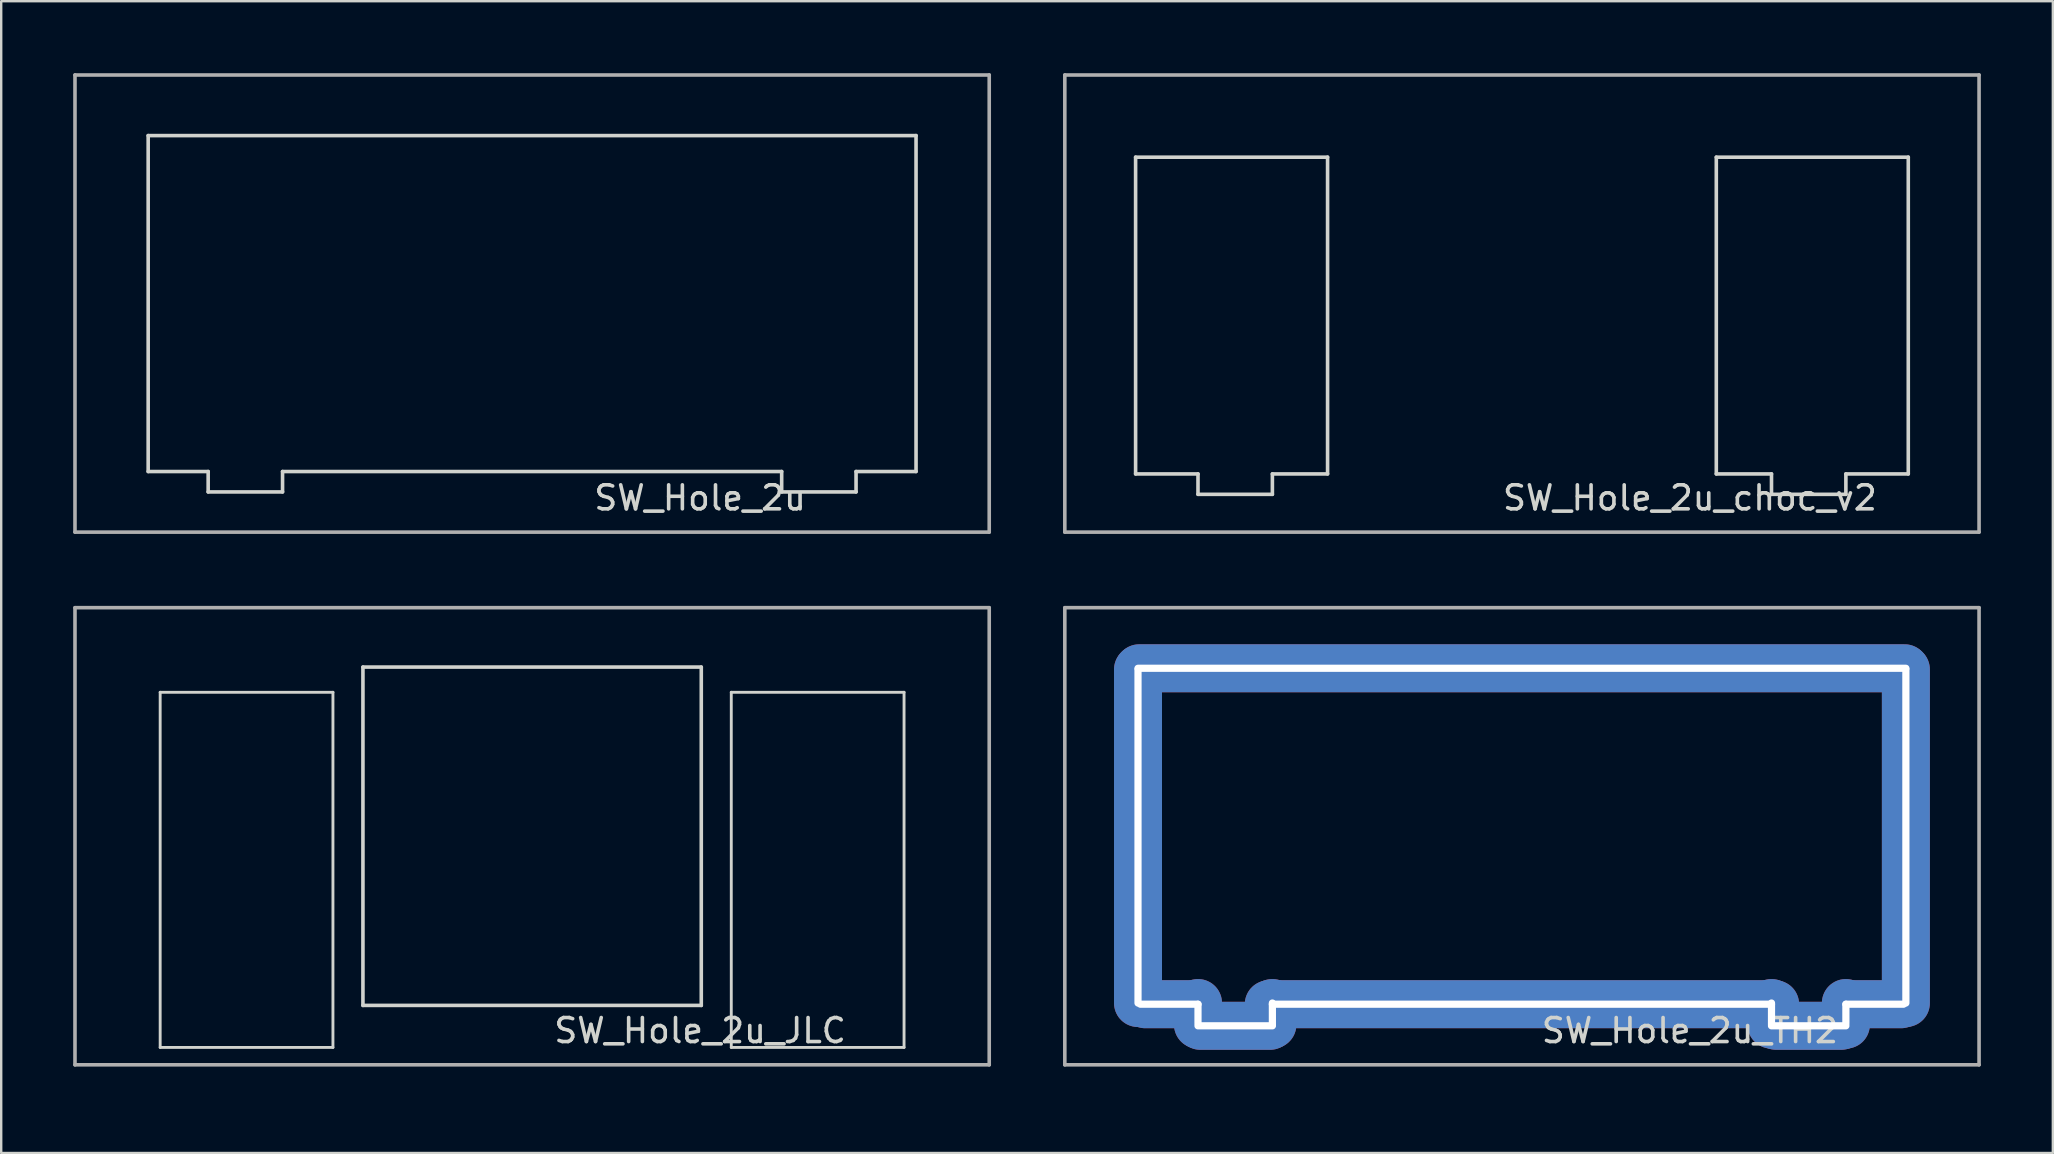
<source format=kicad_pcb>
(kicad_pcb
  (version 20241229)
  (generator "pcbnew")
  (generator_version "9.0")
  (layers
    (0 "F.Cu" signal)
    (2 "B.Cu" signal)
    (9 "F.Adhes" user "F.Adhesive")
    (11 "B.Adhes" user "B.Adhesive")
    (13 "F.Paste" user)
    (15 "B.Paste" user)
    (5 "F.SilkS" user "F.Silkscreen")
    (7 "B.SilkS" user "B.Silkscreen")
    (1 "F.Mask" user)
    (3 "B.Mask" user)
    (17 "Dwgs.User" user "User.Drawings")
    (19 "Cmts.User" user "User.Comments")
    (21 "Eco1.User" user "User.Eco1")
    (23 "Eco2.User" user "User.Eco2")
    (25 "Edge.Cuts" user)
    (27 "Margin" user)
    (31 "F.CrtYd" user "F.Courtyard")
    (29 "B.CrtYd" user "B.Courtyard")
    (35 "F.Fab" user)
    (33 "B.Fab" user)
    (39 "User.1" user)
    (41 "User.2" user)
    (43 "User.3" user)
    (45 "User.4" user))
  (footprint "SW_Hole_2u_choc_v2"
    (layer "F.Cu")
    (at 60.375 9.6)
    (property "Reference" "SW_Hole_2u_choc_v2" (at 7 8.1 0) (layer "Edge.Cuts") (effects (font (size 1 1) (thickness 0.15))))
    (attr through_hole)
    (fp_line (start -16.1 -6.1) (end -8.1 -6.1) (stroke (width 0.15) (type solid)) (layer "Edge.Cuts"))
    (fp_line (start -16.1 7.1) (end -16.1 -6.1) (stroke (width 0.15) (type solid)) (layer "Edge.Cuts"))
    (fp_line (start -13.5 7.1) (end -16.1 7.1) (stroke (width 0.15) (type solid)) (layer "Edge.Cuts"))
    (fp_line (start -13.5 7.1) (end -13.5 7.95) (stroke (width 0.15) (type solid)) (layer "Edge.Cuts"))
    (fp_line (start -13.5 7.95) (end -10.4 7.95) (stroke (width 0.15) (type solid)) (layer "Edge.Cuts"))
    (fp_line (start -10.4 7.1) (end -10.4 7.95) (stroke (width 0.15) (type solid)) (layer "Edge.Cuts"))
    (fp_line (start -8.1 -6.1) (end -8.1 7.1) (stroke (width 0.15) (type solid)) (layer "Edge.Cuts"))
    (fp_line (start -8.1 7.1) (end -10.4 7.1) (stroke (width 0.15) (type solid)) (layer "Edge.Cuts"))
    (fp_line (start 8.1 -6.1) (end 8.1 7.1) (stroke (width 0.15) (type solid)) (layer "Edge.Cuts"))
    (fp_line (start 8.1 -6.1) (end 16.1 -6.1) (stroke (width 0.15) (type solid)) (layer "Edge.Cuts"))
    (fp_line (start 10.4 7.1) (end 8.1 7.1) (stroke (width 0.15) (type solid)) (layer "Edge.Cuts"))
    (fp_line (start 10.4 7.1) (end 10.4 7.95) (stroke (width 0.15) (type solid)) (layer "Edge.Cuts"))
    (fp_line (start 10.4 7.95) (end 13.5 7.95) (stroke (width 0.15) (type solid)) (layer "Edge.Cuts"))
    (fp_line (start 13.5 7.1) (end 13.5 7.95) (stroke (width 0.15) (type solid)) (layer "Edge.Cuts"))
    (fp_line (start 16.1 -6.1) (end 16.1 7.1) (stroke (width 0.15) (type solid)) (layer "Edge.Cuts"))
    (fp_line (start 16.1 7.1) (end 13.5 7.1) (stroke (width 0.15) (type solid)) (layer "Edge.Cuts"))
    (fp_line (start -19.05 -9.525) (end -19.05 9.525) (stroke (width 0.15) (type solid)) (layer "F.Fab"))
    (fp_line (start -19.05 9.525) (end 19.05 9.525) (stroke (width 0.15) (type solid)) (layer "F.Fab"))
    (fp_line (start 19.05 -9.525) (end -19.05 -9.525) (stroke (width 0.15) (type solid)) (layer "F.Fab"))
    (fp_line (start 19.05 9.525) (end 19.05 -9.525) (stroke (width 0.15) (type solid)) (layer "F.Fab")))
  (footprint "SW_Hole_2u_JLC"
    (layer "F.Cu")
    (at 19.125 31.8)
    (property "Reference" "SW_Hole_2u_JLC" (at 7 8.1 0) (layer "Edge.Cuts") (effects (font (size 1 1) (thickness 0.15))))
    (attr through_hole)
    (fp_line (start -16.25 -6.75) (end -7.8 -6.75) (stroke (width 1.3) (type default)) (layer "F.Mask"))
    (fp_line (start -16.25 9.55) (end -16.25 -6.75) (stroke (width 1.3) (type default)) (layer "F.Mask"))
    (fp_line (start -16.25 9.55) (end -7.77 9.55) (stroke (width 1.3) (type default)) (layer "F.Mask"))
    (fp_line (start -7.675 9.55) (end -7.675 -7.8) (stroke (width 1.05) (type default)) (layer "F.Mask"))
    (fp_line (start -7.55 -7.8) (end 7.55 -7.8) (stroke (width 1.3) (type default)) (layer "F.Mask"))
    (fp_line (start -7.55 7.8) (end 7.55 7.8) (stroke (width 1.3) (type default)) (layer "F.Mask"))
    (fp_line (start 7.675 9.55) (end 7.675 -7.8) (stroke (width 1.05) (type default)) (layer "F.Mask"))
    (fp_line (start 16.25 -6.75) (end 7.8 -6.75) (stroke (width 1.3) (type default)) (layer "F.Mask"))
    (fp_line (start 16.25 -6.75) (end 16.25 9.55) (stroke (width 1.3) (type default)) (layer "F.Mask"))
    (fp_line (start 16.25 9.55) (end 7.77 9.55) (stroke (width 1.3) (type default)) (layer "F.Mask"))
    (fp_line (start -16.25 -6.75) (end -16.25 9.55) (stroke (width 1.3) (type default)) (layer "B.Mask"))
    (fp_line (start -16.25 -6.75) (end -7.8 -6.75) (stroke (width 1.3) (type default)) (layer "B.Mask"))
    (fp_line (start -16.25 9.55) (end -7.77 9.55) (stroke (width 1.3) (type default)) (layer "B.Mask"))
    (fp_line (start -7.675 9.55) (end -7.675 -7.8) (stroke (width 1.05) (type default)) (layer "B.Mask"))
    (fp_line (start 7.55 -7.8) (end -7.55 -7.8) (stroke (width 1.3) (type default)) (layer "B.Mask"))
    (fp_line (start 7.55 7.8) (end -7.55 7.8) (stroke (width 1.3) (type default)) (layer "B.Mask"))
    (fp_line (start 7.675 9.55) (end 7.675 -7.8) (stroke (width 1.05) (type default)) (layer "B.Mask"))
    (fp_line (start 16.25 -6.75) (end 7.8 -6.75) (stroke (width 1.3) (type default)) (layer "B.Mask"))
    (fp_line (start 16.25 9.55) (end 7.77 9.55) (stroke (width 1.3) (type default)) (layer "B.Mask"))
    (fp_line (start 16.25 9.55) (end 16.25 -6.75) (stroke (width 1.3) (type default)) (layer "B.Mask"))
    (fp_line (start -15.5 -6) (end -8.3 -6) (stroke (width 0.12) (type solid)) (layer "Edge.Cuts"))
    (fp_line (start -15.5 8.8) (end -15.5 -6) (stroke (width 0.12) (type solid)) (layer "Edge.Cuts"))
    (fp_line (start -8.3 -6) (end -8.3 8.8) (stroke (width 0.12) (type solid)) (layer "Edge.Cuts"))
    (fp_line (start -8.3 8.8) (end -15.5 8.8) (stroke (width 0.12) (type solid)) (layer "Edge.Cuts"))
    (fp_line (start -7.05 -7.05) (end 7.05 -7.05) (stroke (width 0.15) (type solid)) (layer "Edge.Cuts"))
    (fp_line (start -7.05 7.05) (end -7.05 -7.05) (stroke (width 0.15) (type solid)) (layer "Edge.Cuts"))
    (fp_line (start 7.05 -7.05) (end 7.05 7.05) (stroke (width 0.15) (type solid)) (layer "Edge.Cuts"))
    (fp_line (start 7.05 7.05) (end -7.05 7.05) (stroke (width 0.15) (type solid)) (layer "Edge.Cuts"))
    (fp_line (start 8.3 -6) (end 8.3 8.8) (stroke (width 0.12) (type solid)) (layer "Edge.Cuts"))
    (fp_line (start 8.3 8.8) (end 15.5 8.8) (stroke (width 0.12) (type solid)) (layer "Edge.Cuts"))
    (fp_line (start 15.5 -6) (end 8.3 -6) (stroke (width 0.12) (type solid)) (layer "Edge.Cuts"))
    (fp_line (start 15.5 8.8) (end 15.5 -6) (stroke (width 0.12) (type solid)) (layer "Edge.Cuts"))
    (fp_line (start -19.05 -9.525) (end -19.05 9.525) (stroke (width 0.15) (type solid)) (layer "F.Fab"))
    (fp_line (start -19.05 9.525) (end 19.05 9.525) (stroke (width 0.15) (type solid)) (layer "F.Fab"))
    (fp_line (start 19.05 -9.525) (end -19.05 -9.525) (stroke (width 0.15) (type solid)) (layer "F.Fab"))
    (fp_line (start 19.05 9.525) (end 19.05 -9.525) (stroke (width 0.15) (type solid)) (layer "F.Fab")))
  (footprint "SW_Hole_2u"
    (layer "F.Cu")
    (at 19.125 9.6)
    (property "Reference" "SW_Hole_2u" (at 7 8.1 0) (layer "Edge.Cuts") (effects (font (size 1 1) (thickness 0.15))))
    (attr through_hole)
    (fp_line (start -16 -7) (end 16 -7) (stroke (width 0.15) (type solid)) (layer "Edge.Cuts"))
    (fp_line (start -16 7) (end -16 -7) (stroke (width 0.15) (type solid)) (layer "Edge.Cuts"))
    (fp_line (start -13.5 7) (end -16 7) (stroke (width 0.15) (type solid)) (layer "Edge.Cuts"))
    (fp_line (start -13.5 7) (end -13.5 7.85) (stroke (width 0.15) (type solid)) (layer "Edge.Cuts"))
    (fp_line (start -13.5 7.85) (end -10.4 7.85) (stroke (width 0.15) (type solid)) (layer "Edge.Cuts"))
    (fp_line (start -10.4 7) (end -10.4 7.85) (stroke (width 0.15) (type solid)) (layer "Edge.Cuts"))
    (fp_line (start 10.4 7) (end -10.4 7) (stroke (width 0.15) (type solid)) (layer "Edge.Cuts"))
    (fp_line (start 10.4 7) (end 10.4 7.85) (stroke (width 0.15) (type solid)) (layer "Edge.Cuts"))
    (fp_line (start 10.4 7.85) (end 13.5 7.85) (stroke (width 0.15) (type solid)) (layer "Edge.Cuts"))
    (fp_line (start 13.5 7) (end 13.5 7.85) (stroke (width 0.15) (type solid)) (layer "Edge.Cuts"))
    (fp_line (start 16 -7) (end 16 7) (stroke (width 0.15) (type solid)) (layer "Edge.Cuts"))
    (fp_line (start 16 7) (end 13.5 7) (stroke (width 0.15) (type solid)) (layer "Edge.Cuts"))
    (fp_line (start -19.05 -9.525) (end -19.05 9.525) (stroke (width 0.15) (type solid)) (layer "F.Fab"))
    (fp_line (start -19.05 9.525) (end 19.05 9.525) (stroke (width 0.15) (type solid)) (layer "F.Fab"))
    (fp_line (start 19.05 -9.525) (end -19.05 -9.525) (stroke (width 0.15) (type solid)) (layer "F.Fab"))
    (fp_line (start 19.05 9.525) (end 19.05 -9.525) (stroke (width 0.15) (type solid)) (layer "F.Fab")))
  (footprint "SW_Hole_2u_TH2"
    (layer "F.Cu")
    (at 60.375 31.8)
    (property "Reference" "SW_Hole_2u_TH2" (at 7 8.1 0) (layer "Edge.Cuts") (effects (font (size 1 1) (thickness 0.15))))
    (attr through_hole)
    (fp_line (start -16 -7) (end 16 -7) (stroke (width 0.12) (type solid)) (layer "F.SilkS"))
    (fp_line (start -16 7) (end -16 -7) (stroke (width 0.12) (type solid)) (layer "F.SilkS"))
    (fp_line (start -13.5 7) (end -16 7) (stroke (width 0.12) (type solid)) (layer "F.SilkS"))
    (fp_line (start -13.5 7.9) (end -13.5 7) (stroke (width 0.12) (type solid)) (layer "F.SilkS"))
    (fp_line (start -10.4 7) (end -10.4 7.9) (stroke (width 0.12) (type solid)) (layer "F.SilkS"))
    (fp_line (start -10.4 7.9) (end -13.5 7.9) (stroke (width 0.12) (type solid)) (layer "F.SilkS"))
    (fp_line (start 10.4 7) (end -10.4 7) (stroke (width 0.12) (type solid)) (layer "F.SilkS"))
    (fp_line (start 10.4 7.9) (end 10.4 7) (stroke (width 0.12) (type solid)) (layer "F.SilkS"))
    (fp_line (start 13.5 7) (end 13.5 7.9) (stroke (width 0.12) (type solid)) (layer "F.SilkS"))
    (fp_line (start 13.5 7.9) (end 10.4 7.9) (stroke (width 0.12) (type solid)) (layer "F.SilkS"))
    (fp_line (start 16 -7) (end 16 7) (stroke (width 0.12) (type solid)) (layer "F.SilkS"))
    (fp_line (start 16 7) (end 13.5 7) (stroke (width 0.12) (type solid)) (layer "F.SilkS"))
    (fp_line (start -19.05 -9.525) (end -19.05 9.525) (stroke (width 0.15) (type solid)) (layer "F.Fab"))
    (fp_line (start -19.05 9.525) (end 19.05 9.525) (stroke (width 0.15) (type solid)) (layer "F.Fab"))
    (fp_line (start 19.05 -9.525) (end -19.05 -9.525) (stroke (width 0.15) (type solid)) (layer "F.Fab"))
    (fp_line (start 19.05 9.525) (end 19.05 -9.525) (stroke (width 0.15) (type solid)) (layer "F.Fab"))
    (pad "1" thru_hole oval (at -16 0 180) (size 2 15.9) (drill oval 0.3 14.2) (layers "*.Cu" "*.Mask"))
    (pad "1" thru_hole oval (at -14.7 7 90) (size 2 4) (drill oval 0.3 2.7) (layers "*.Cu" "*.Mask"))
    (pad "1" thru_hole oval (at -13.5 7.4 180) (size 2 2.9) (drill oval 0.3 1.1) (layers "*.Cu" "*.Mask"))
    (pad "1" thru_hole oval (at -11.95 7.9 90) (size 2 4.9) (drill oval 0.3 3.4) (layers "*.Cu" "*.Mask"))
    (pad "1" thru_hole oval (at -10.4 7.4 180) (size 2 2.9) (drill oval 0.3 1.2) (layers "*.Cu" "*.Mask"))
    (pad "1" thru_hole oval (at 0 -7 90) (size 2 33.9) (drill oval 0.3 32.3) (layers "*.Cu" "*.Mask"))
    (pad "1" thru_hole oval (at 0 7 90) (size 2 23.1) (drill oval 0.3 21.1) (layers "*.Cu" "*.Mask"))
    (pad "1" thru_hole oval (at 10.4 7.4 180) (size 2 2.9) (drill oval 0.3 1.2) (layers "*.Cu" "*.Mask"))
    (pad "1" thru_hole oval (at 11.95 7.9 90) (size 2 4.7) (drill oval 0.3 3.4) (layers "*.Cu" "*.Mask"))
    (pad "1" thru_hole oval (at 13.5 7.4 180) (size 2 2.9) (drill oval 0.3 1.1) (layers "*.Cu" "*.Mask"))
    (pad "1" thru_hole oval (at 14.7 7 90) (size 2 4.2) (drill oval 0.3 2.7) (layers "*.Cu" "*.Mask"))
    (pad "1" thru_hole oval (at 16 0 180) (size 2 15.9) (drill oval 0.3 14.2) (layers "*.Cu" "*.Mask")))
  (gr_rect
    (start -3 -3)
    (end 82.5 45)
    (stroke (width 0.1) (type default))
    (fill no)
    (layer "Edge.Cuts")))
</source>
